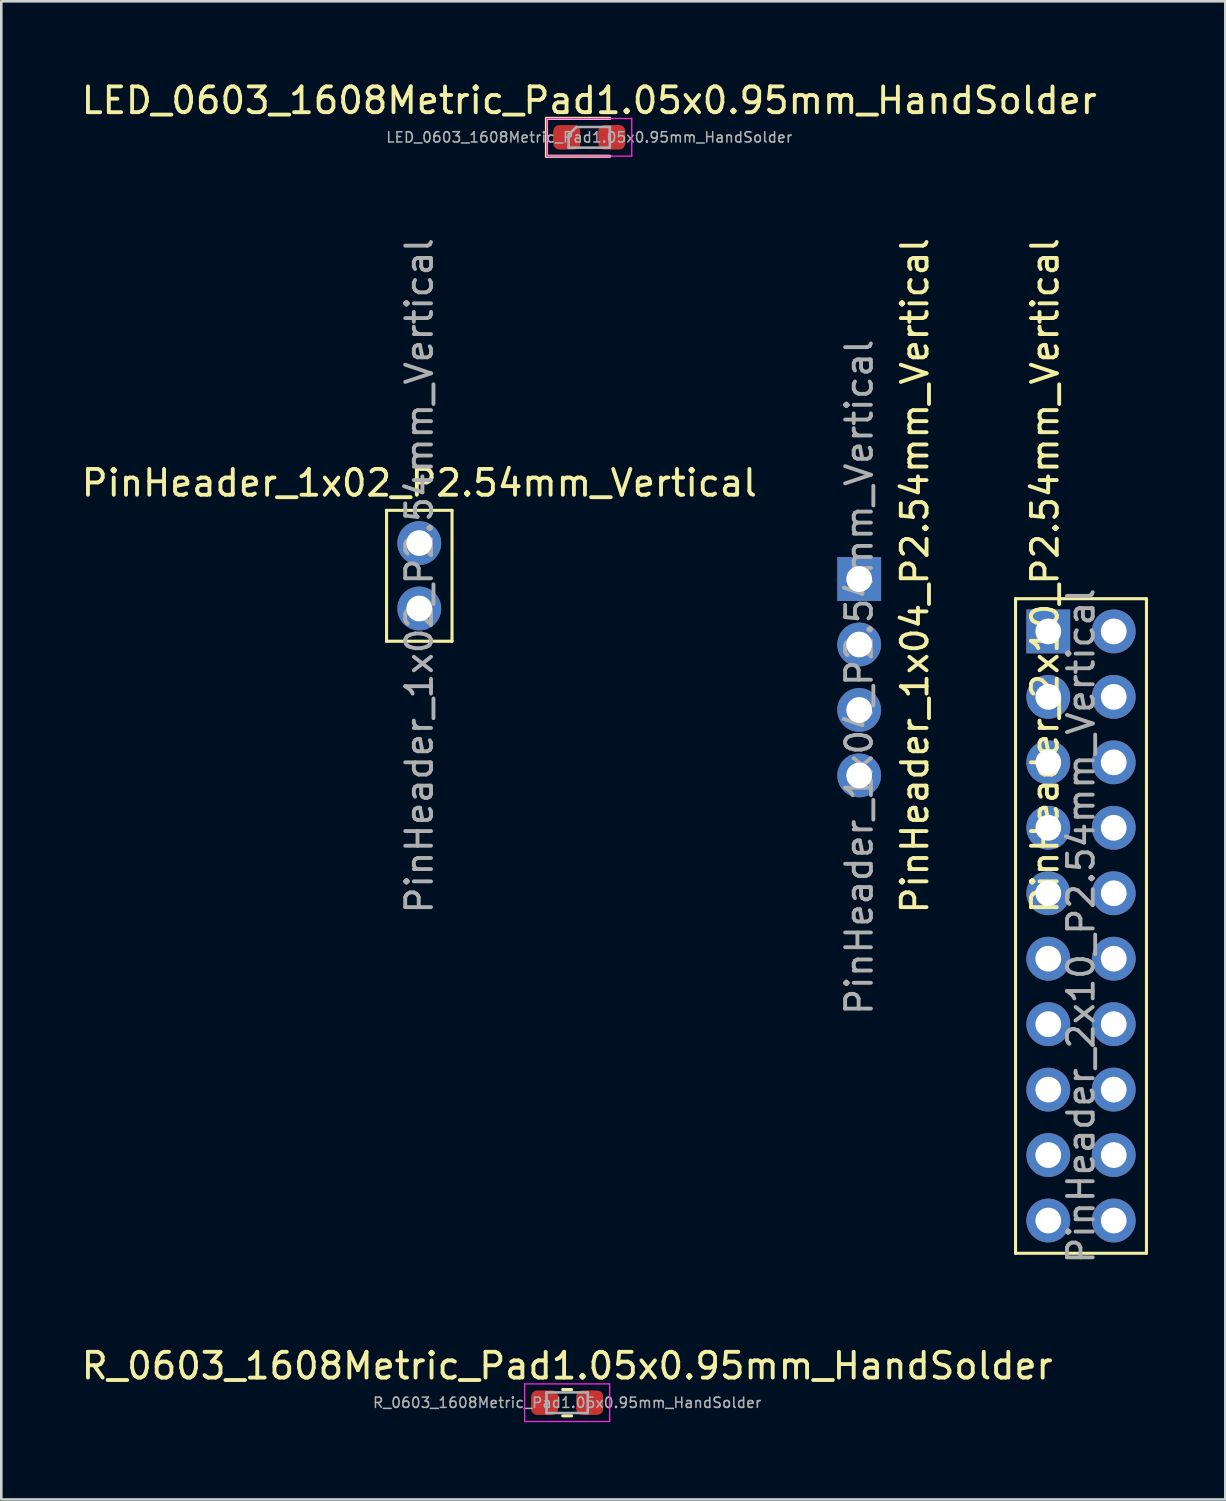
<source format=kicad_pcb>
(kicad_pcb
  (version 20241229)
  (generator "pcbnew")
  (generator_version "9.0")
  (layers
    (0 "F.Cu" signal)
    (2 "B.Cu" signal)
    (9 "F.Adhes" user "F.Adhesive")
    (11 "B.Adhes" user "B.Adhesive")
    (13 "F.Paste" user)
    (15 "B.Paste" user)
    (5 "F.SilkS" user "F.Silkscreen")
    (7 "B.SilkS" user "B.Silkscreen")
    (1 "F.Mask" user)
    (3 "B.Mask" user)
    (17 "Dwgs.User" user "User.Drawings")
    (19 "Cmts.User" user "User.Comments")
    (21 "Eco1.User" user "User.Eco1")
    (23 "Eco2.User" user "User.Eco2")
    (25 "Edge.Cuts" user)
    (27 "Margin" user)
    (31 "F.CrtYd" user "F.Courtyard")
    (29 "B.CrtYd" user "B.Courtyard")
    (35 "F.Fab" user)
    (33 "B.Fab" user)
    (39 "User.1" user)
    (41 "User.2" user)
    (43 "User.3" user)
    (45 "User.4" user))
  (footprint "PinHeader_2x10_P2.54mm_Vertical"
    (layer "F.Cu")
    (at 37.628 21.452)
    (property "Reference" "PinHeader_2x10_P2.54mm_Vertical" (at -0.127 -2.159 90) (layer "F.SilkS") (effects (font (size 1 1) (thickness 0.15))))
    (attr through_hole)
    (fp_line (start -1.27 -1.27) (end -1.27 24.13) (stroke (width 0.12) (type solid)) (layer "F.SilkS"))
    (fp_line (start -1.27 -1.27) (end 3.81 -1.27) (stroke (width 0.12) (type solid)) (layer "F.SilkS"))
    (fp_line (start -1.27 24.13) (end 3.81 24.13) (stroke (width 0.12) (type solid)) (layer "F.SilkS"))
    (fp_line (start 3.81 -1.27) (end 3.81 24.13) (stroke (width 0.12) (type solid)) (layer "F.SilkS"))
    (fp_text user "${REFERENCE}" (at 1.27 11.43 90) (layer "F.Fab") (effects (font (size 1 1) (thickness 0.15))))
    (pad "1" thru_hole rect (at 0 0) (size 1.7 1.7) (drill 1) (layers "*.Cu" "*.Mask"))
    (pad "2" thru_hole oval (at 2.54 0) (size 1.7 1.7) (drill 1) (layers "*.Cu" "*.Mask"))
    (pad "3" thru_hole oval (at 0 2.54) (size 1.7 1.7) (drill 1) (layers "*.Cu" "*.Mask"))
    (pad "4" thru_hole oval (at 2.54 2.54) (size 1.7 1.7) (drill 1) (layers "*.Cu" "*.Mask"))
    (pad "5" thru_hole oval (at 0 5.08) (size 1.7 1.7) (drill 1) (layers "*.Cu" "*.Mask"))
    (pad "6" thru_hole oval (at 2.54 5.08) (size 1.7 1.7) (drill 1) (layers "*.Cu" "*.Mask"))
    (pad "7" thru_hole oval (at 0 7.62) (size 1.7 1.7) (drill 1) (layers "*.Cu" "*.Mask"))
    (pad "8" thru_hole oval (at 2.54 7.62) (size 1.7 1.7) (drill 1) (layers "*.Cu" "*.Mask"))
    (pad "9" thru_hole oval (at 0 10.16) (size 1.7 1.7) (drill 1) (layers "*.Cu" "*.Mask"))
    (pad "10" thru_hole oval (at 2.54 10.16) (size 1.7 1.7) (drill 1) (layers "*.Cu" "*.Mask"))
    (pad "11" thru_hole oval (at 0 12.7) (size 1.7 1.7) (drill 1) (layers "*.Cu" "*.Mask"))
    (pad "12" thru_hole oval (at 2.54 12.7) (size 1.7 1.7) (drill 1) (layers "*.Cu" "*.Mask"))
    (pad "13" thru_hole oval (at 0 15.24) (size 1.7 1.7) (drill 1) (layers "*.Cu" "*.Mask"))
    (pad "14" thru_hole oval (at 2.54 15.24) (size 1.7 1.7) (drill 1) (layers "*.Cu" "*.Mask"))
    (pad "15" thru_hole oval (at 0 17.78) (size 1.7 1.7) (drill 1) (layers "*.Cu" "*.Mask"))
    (pad "16" thru_hole oval (at 2.54 17.78) (size 1.7 1.7) (drill 1) (layers "*.Cu" "*.Mask"))
    (pad "17" thru_hole oval (at 0 20.32) (size 1.7 1.7) (drill 1) (layers "*.Cu" "*.Mask"))
    (pad "18" thru_hole oval (at 2.54 20.32) (size 1.7 1.7) (drill 1) (layers "*.Cu" "*.Mask"))
    (pad "19" thru_hole oval (at 0 22.86) (size 1.7 1.7) (drill 1) (layers "*.Cu" "*.Mask"))
    (pad "20" thru_hole oval (at 2.54 22.86) (size 1.7 1.7) (drill 1) (layers "*.Cu" "*.Mask")))
  (footprint "LED_0603_1608Metric_Pad1.05x0.95mm_HandSolder"
    (layer "F.Cu")
    (at 19.815 2.278)
    (property "Reference" "LED_0603_1608Metric_Pad1.05x0.95mm_HandSolder" (at 0 -1.43 180) (layer "F.SilkS") (effects (font (size 1 1) (thickness 0.15))))
    (attr smd)
    (fp_line (start -1.66 -0.735) (end -1.66 0.735) (stroke (width 0.12) (type solid)) (layer "F.SilkS"))
    (fp_line (start -1.66 0.735) (end 0.8 0.735) (stroke (width 0.12) (type solid)) (layer "F.SilkS"))
    (fp_line (start 0.8 -0.735) (end -1.66 -0.735) (stroke (width 0.12) (type solid)) (layer "F.SilkS"))
    (fp_line (start -1.65 -0.73) (end 1.65 -0.73) (stroke (width 0.05) (type solid)) (layer "F.CrtYd"))
    (fp_line (start -1.65 0.73) (end -1.65 -0.73) (stroke (width 0.05) (type solid)) (layer "F.CrtYd"))
    (fp_line (start 1.65 -0.73) (end 1.65 0.73) (stroke (width 0.05) (type solid)) (layer "F.CrtYd"))
    (fp_line (start 1.65 0.73) (end -1.65 0.73) (stroke (width 0.05) (type solid)) (layer "F.CrtYd"))
    (fp_line (start -0.8 -0.1) (end -0.8 0.4) (stroke (width 0.1) (type solid)) (layer "F.Fab"))
    (fp_line (start -0.8 0.4) (end 0.8 0.4) (stroke (width 0.1) (type solid)) (layer "F.Fab"))
    (fp_line (start -0.5 -0.4) (end -0.8 -0.1) (stroke (width 0.1) (type solid)) (layer "F.Fab"))
    (fp_line (start 0.8 -0.4) (end -0.5 -0.4) (stroke (width 0.1) (type solid)) (layer "F.Fab"))
    (fp_line (start 0.8 0.4) (end 0.8 -0.4) (stroke (width 0.1) (type solid)) (layer "F.Fab"))
    (fp_text user "${REFERENCE}" (at 0 0 180) (layer "F.Fab") (effects (font (size 0.4 0.4) (thickness 0.06))))
    (pad "1" smd roundrect (at -0.875 0) (size 1.05 0.95) (layers "F.Cu" "F.Mask" "F.Paste") (roundrect_rratio 0.25))
    (pad "2" smd roundrect (at 0.875 0) (size 1.05 0.95) (layers "F.Cu" "F.Mask" "F.Paste") (roundrect_rratio 0.25)))
  (footprint "R_0603_1608Metric_Pad1.05x0.95mm_HandSolder"
    (layer "F.Cu")
    (at 18.958 51.381)
    (property "Reference" "R_0603_1608Metric_Pad1.05x0.95mm_HandSolder" (at 0 -1.43 180) (layer "F.SilkS") (effects (font (size 1 1) (thickness 0.15))))
    (attr smd)
    (fp_line (start -0.171 -0.51) (end 0.171 -0.51) (stroke (width 0.12) (type solid)) (layer "F.SilkS"))
    (fp_line (start -0.171 0.51) (end 0.171 0.51) (stroke (width 0.12) (type solid)) (layer "F.SilkS"))
    (fp_line (start -1.65 -0.73) (end 1.65 -0.73) (stroke (width 0.05) (type solid)) (layer "F.CrtYd"))
    (fp_line (start -1.65 0.73) (end -1.65 -0.73) (stroke (width 0.05) (type solid)) (layer "F.CrtYd"))
    (fp_line (start 1.65 -0.73) (end 1.65 0.73) (stroke (width 0.05) (type solid)) (layer "F.CrtYd"))
    (fp_line (start 1.65 0.73) (end -1.65 0.73) (stroke (width 0.05) (type solid)) (layer "F.CrtYd"))
    (fp_line (start -0.8 -0.4) (end 0.8 -0.4) (stroke (width 0.1) (type solid)) (layer "F.Fab"))
    (fp_line (start -0.8 0.4) (end -0.8 -0.4) (stroke (width 0.1) (type solid)) (layer "F.Fab"))
    (fp_line (start 0.8 -0.4) (end 0.8 0.4) (stroke (width 0.1) (type solid)) (layer "F.Fab"))
    (fp_line (start 0.8 0.4) (end -0.8 0.4) (stroke (width 0.1) (type solid)) (layer "F.Fab"))
    (fp_text user "${REFERENCE}" (at 0 0 180) (layer "F.Fab") (effects (font (size 0.4 0.4) (thickness 0.06))))
    (pad "1" smd roundrect (at -0.875 0) (size 1.05 0.95) (layers "F.Cu" "F.Mask" "F.Paste") (roundrect_rratio 0.25))
    (pad "2" smd roundrect (at 0.875 0) (size 1.05 0.95) (layers "F.Cu" "F.Mask" "F.Paste") (roundrect_rratio 0.25)))
  (footprint "PinHeader_1x02_P2.54mm_Vertical"
    (layer "F.Cu")
    (at 13.22 18.023)
    (property "Reference" "PinHeader_1x02_P2.54mm_Vertical" (at 0 -2.33 180) (layer "F.SilkS") (effects (font (size 1 1) (thickness 0.15))))
    (attr through_hole)
    (fp_line (start -1.27 -1.27) (end -1.27 3.81) (stroke (width 0.12) (type solid)) (layer "F.SilkS"))
    (fp_line (start -1.27 -1.27) (end 1.27 -1.27) (stroke (width 0.12) (type solid)) (layer "F.SilkS"))
    (fp_line (start -1.27 3.81) (end 1.27 3.81) (stroke (width 0.12) (type solid)) (layer "F.SilkS"))
    (fp_line (start 1.27 -1.27) (end 1.27 3.81) (stroke (width 0.12) (type solid)) (layer "F.SilkS"))
    (fp_text user "${REFERENCE}" (at 0 1.27 90) (layer "F.Fab") (effects (font (size 1 1) (thickness 0.15))))
    (pad "1" thru_hole circle (at 0 0) (size 1.7 1.7) (drill 1) (layers "*.Cu" "*.Mask"))
    (pad "2" thru_hole oval (at 0 2.54) (size 1.7 1.7) (drill 1) (layers "*.Cu" "*.Mask")))
  (footprint "PinHeader_1x04_P2.54mm_Vertical"
    (layer "F.Cu")
    (at 30.29 19.42)
    (property "Reference" "PinHeader_1x04_P2.54mm_Vertical" (at 2.159 -0.127 270) (layer "F.SilkS") (effects (font (size 1 1) (thickness 0.15))))
    (attr through_hole)
    (fp_text user "${REFERENCE}" (at 0 3.81 270) (layer "F.Fab") (effects (font (size 1 1) (thickness 0.15))))
    (pad "1" thru_hole rect (at 0 0) (size 1.7 1.7) (drill 1) (layers "*.Cu" "*.Mask"))
    (pad "2" thru_hole oval (at 0 2.54) (size 1.7 1.7) (drill 1) (layers "*.Cu" "*.Mask"))
    (pad "3" thru_hole oval (at 0 5.08) (size 1.7 1.7) (drill 1) (layers "*.Cu" "*.Mask"))
    (pad "4" thru_hole oval (at 0 7.62) (size 1.7 1.7) (drill 1) (layers "*.Cu" "*.Mask")))
  (gr_rect
    (start -3 -3)
    (end 44.498 55.136)
    (stroke (width 0.1) (type default))
    (fill no)
    (layer "Edge.Cuts")))
</source>
